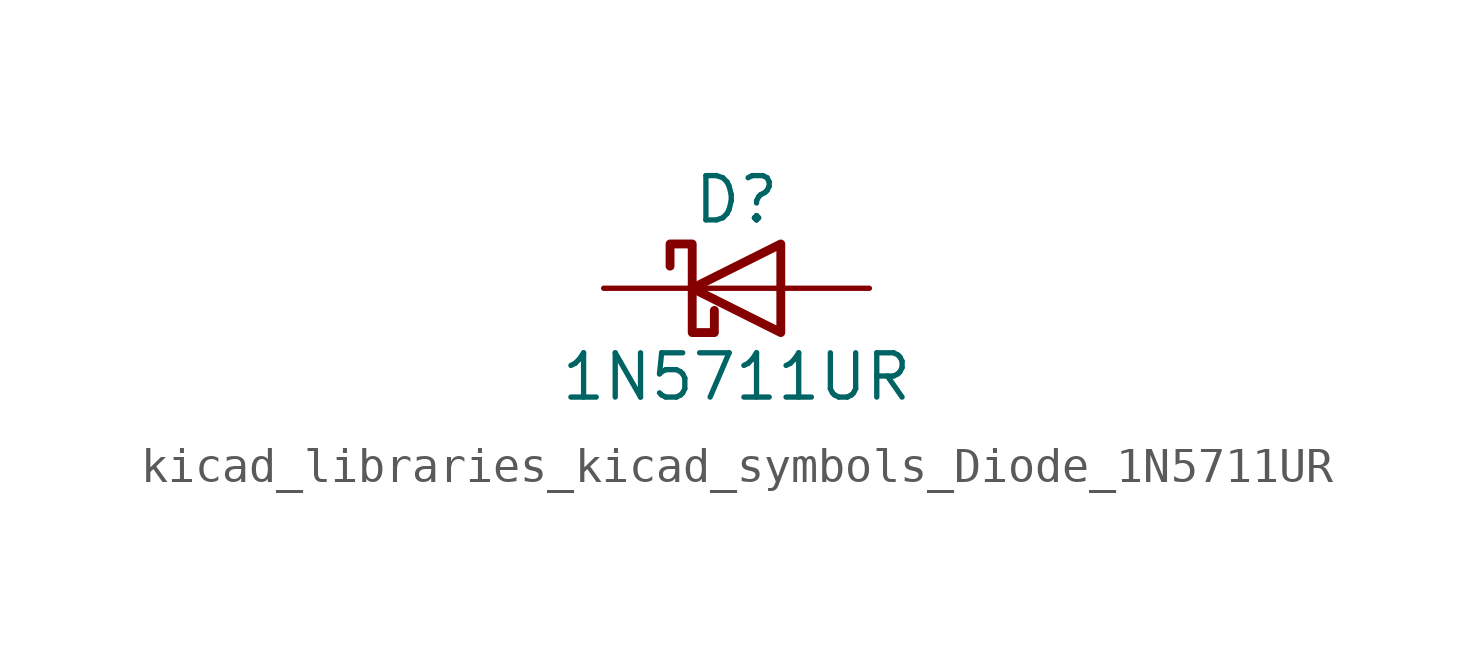
<source format=kicad_sym>
(kicad_symbol_lib
  (version 20220914)
  (generator kicad_symbol_editor)
  (symbol "kicad_libraries_kicad_symbols_Diode_1N5711UR"
    (pin_numbers hide)
    (pin_names
      (offset 1.016) hide)
    (property "Reference" "D"
      (at 0 2.54 0)
      (effects (font (size 1.27 1.27))))
    (property "Value" "1N5711UR"
      (at 0 -2.54 0)
      (effects (font (size 1.27 1.27))))
    (symbol "kicad_libraries_kicad_symbols_Diode_1N5711UR_0_1"
      (polyline (pts (xy 1.27 0) (xy -1.27 0)) (stroke (width 0) (type default)) (fill (type none)))
      (polyline (pts (xy 1.27 1.27) (xy 1.27 -1.27) (xy -1.27 0) (xy 1.27 1.27)) (stroke (width 0.254) (type default)) (fill (type none)))
      (polyline (pts (xy -1.905 0.635) (xy -1.905 1.27) (xy -1.27 1.27) (xy -1.27 -1.27) (xy -0.635 -1.27) (xy -0.635 -0.635)) (stroke (width 0.254) (type default)) (fill (type none))))
    (symbol "kicad_libraries_kicad_symbols_Diode_1N5711UR_1_1"
      (pin passive line (at -3.81 0 0) (length 2.54) (name "K" (effects (font (size 1.27 1.27)))) (number "1" (effects (font (size 1.27 1.27)))))
      (pin passive line (at 3.81 0 180) (length 2.54) (name "A" (effects (font (size 1.27 1.27)))) (number "2" (effects (font (size 1.27 1.27))))))))
</source>
